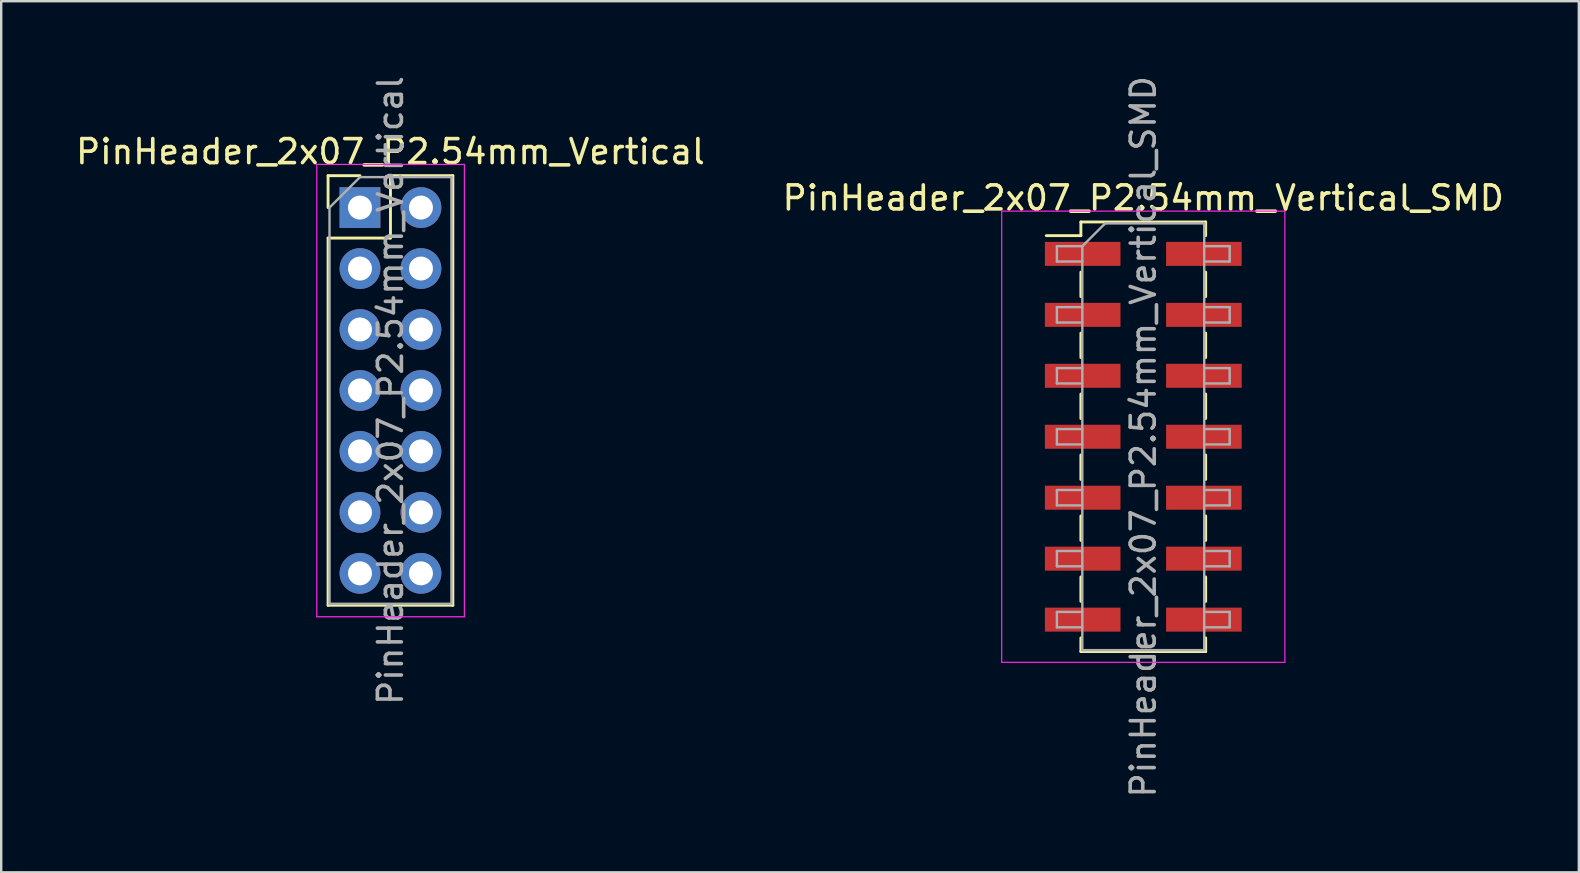
<source format=kicad_pcb>
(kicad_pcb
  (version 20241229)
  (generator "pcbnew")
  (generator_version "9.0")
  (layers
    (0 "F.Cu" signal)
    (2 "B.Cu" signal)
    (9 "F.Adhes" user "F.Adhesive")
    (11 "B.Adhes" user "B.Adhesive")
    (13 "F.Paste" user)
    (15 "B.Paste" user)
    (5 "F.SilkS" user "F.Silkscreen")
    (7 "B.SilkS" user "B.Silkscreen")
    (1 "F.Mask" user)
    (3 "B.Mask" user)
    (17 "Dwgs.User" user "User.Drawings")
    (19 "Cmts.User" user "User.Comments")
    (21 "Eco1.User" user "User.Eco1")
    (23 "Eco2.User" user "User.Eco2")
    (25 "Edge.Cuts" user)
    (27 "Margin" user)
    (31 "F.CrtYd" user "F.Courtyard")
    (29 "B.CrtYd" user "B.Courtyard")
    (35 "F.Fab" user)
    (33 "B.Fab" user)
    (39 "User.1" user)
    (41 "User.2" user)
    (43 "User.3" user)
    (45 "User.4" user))
  (footprint "PinHeader_2x07_P2.54mm_Vertical"
    (layer "F.Cu")
    (at 11.95 5.6)
    (property "Reference" "PinHeader_2x07_P2.54mm_Vertical" (at 1.27 -2.33 0) (layer "F.SilkS") (effects (font (size 1 1) (thickness 0.15))))
    (attr through_hole)
    (fp_line (start -1.33 -1.33) (end 0 -1.33) (stroke (width 0.12) (type solid)) (layer "F.SilkS"))
    (fp_line (start -1.33 0) (end -1.33 -1.33) (stroke (width 0.12) (type solid)) (layer "F.SilkS"))
    (fp_line (start -1.33 1.27) (end -1.33 16.57) (stroke (width 0.12) (type solid)) (layer "F.SilkS"))
    (fp_line (start -1.33 1.27) (end 1.27 1.27) (stroke (width 0.12) (type solid)) (layer "F.SilkS"))
    (fp_line (start -1.33 16.57) (end 3.87 16.57) (stroke (width 0.12) (type solid)) (layer "F.SilkS"))
    (fp_line (start 1.27 -1.33) (end 3.87 -1.33) (stroke (width 0.12) (type solid)) (layer "F.SilkS"))
    (fp_line (start 1.27 1.27) (end 1.27 -1.33) (stroke (width 0.12) (type solid)) (layer "F.SilkS"))
    (fp_line (start 3.87 -1.33) (end 3.87 16.57) (stroke (width 0.12) (type solid)) (layer "F.SilkS"))
    (fp_line (start -1.8 -1.8) (end -1.8 17.05) (stroke (width 0.05) (type solid)) (layer "F.CrtYd"))
    (fp_line (start -1.8 17.05) (end 4.35 17.05) (stroke (width 0.05) (type solid)) (layer "F.CrtYd"))
    (fp_line (start 4.35 -1.8) (end -1.8 -1.8) (stroke (width 0.05) (type solid)) (layer "F.CrtYd"))
    (fp_line (start 4.35 17.05) (end 4.35 -1.8) (stroke (width 0.05) (type solid)) (layer "F.CrtYd"))
    (fp_line (start -1.27 0) (end 0 -1.27) (stroke (width 0.1) (type solid)) (layer "F.Fab"))
    (fp_line (start -1.27 16.51) (end -1.27 0) (stroke (width 0.1) (type solid)) (layer "F.Fab"))
    (fp_line (start 0 -1.27) (end 3.81 -1.27) (stroke (width 0.1) (type solid)) (layer "F.Fab"))
    (fp_line (start 3.81 -1.27) (end 3.81 16.51) (stroke (width 0.1) (type solid)) (layer "F.Fab"))
    (fp_line (start 3.81 16.51) (end -1.27 16.51) (stroke (width 0.1) (type solid)) (layer "F.Fab"))
    (fp_text user "${REFERENCE}" (at 1.27 7.62 90) (layer "F.Fab") (effects (font (size 1 1) (thickness 0.15))))
    (pad "1" thru_hole rect (at 0 0) (size 1.7 1.7) (drill 1) (layers "*.Cu" "*.Mask"))
    (pad "2" thru_hole oval (at 2.54 0) (size 1.7 1.7) (drill 1) (layers "*.Cu" "*.Mask"))
    (pad "3" thru_hole oval (at 0 2.54) (size 1.7 1.7) (drill 1) (layers "*.Cu" "*.Mask"))
    (pad "4" thru_hole oval (at 2.54 2.54) (size 1.7 1.7) (drill 1) (layers "*.Cu" "*.Mask"))
    (pad "5" thru_hole oval (at 0 5.08) (size 1.7 1.7) (drill 1) (layers "*.Cu" "*.Mask"))
    (pad "6" thru_hole oval (at 2.54 5.08) (size 1.7 1.7) (drill 1) (layers "*.Cu" "*.Mask"))
    (pad "7" thru_hole oval (at 0 7.62) (size 1.7 1.7) (drill 1) (layers "*.Cu" "*.Mask"))
    (pad "8" thru_hole oval (at 2.54 7.62) (size 1.7 1.7) (drill 1) (layers "*.Cu" "*.Mask"))
    (pad "9" thru_hole oval (at 0 10.16) (size 1.7 1.7) (drill 1) (layers "*.Cu" "*.Mask"))
    (pad "10" thru_hole oval (at 2.54 10.16) (size 1.7 1.7) (drill 1) (layers "*.Cu" "*.Mask"))
    (pad "11" thru_hole oval (at 0 12.7) (size 1.7 1.7) (drill 1) (layers "*.Cu" "*.Mask"))
    (pad "12" thru_hole oval (at 2.54 12.7) (size 1.7 1.7) (drill 1) (layers "*.Cu" "*.Mask"))
    (pad "13" thru_hole oval (at 0 15.24) (size 1.7 1.7) (drill 1) (layers "*.Cu" "*.Mask"))
    (pad "14" thru_hole oval (at 2.54 15.24) (size 1.7 1.7) (drill 1) (layers "*.Cu" "*.Mask")))
  (footprint "PinHeader_2x07_P2.54mm_Vertical_SMD"
    (layer "F.Cu")
    (at 44.589 15.149)
    (property "Reference" "PinHeader_2x07_P2.54mm_Vertical_SMD" (at 0 -9.95 0) (layer "F.SilkS") (effects (font (size 1 1) (thickness 0.15))))
    (attr smd)
    (fp_line (start -4.04 -8.38) (end -2.6 -8.38) (stroke (width 0.12) (type solid)) (layer "F.SilkS"))
    (fp_line (start -2.6 -8.95) (end -2.6 -8.38) (stroke (width 0.12) (type solid)) (layer "F.SilkS"))
    (fp_line (start -2.6 -8.95) (end 2.6 -8.95) (stroke (width 0.12) (type solid)) (layer "F.SilkS"))
    (fp_line (start -2.6 -6.86) (end -2.6 -5.84) (stroke (width 0.12) (type solid)) (layer "F.SilkS"))
    (fp_line (start -2.6 -4.32) (end -2.6 -3.3) (stroke (width 0.12) (type solid)) (layer "F.SilkS"))
    (fp_line (start -2.6 -1.78) (end -2.6 -0.76) (stroke (width 0.12) (type solid)) (layer "F.SilkS"))
    (fp_line (start -2.6 0.76) (end -2.6 1.78) (stroke (width 0.12) (type solid)) (layer "F.SilkS"))
    (fp_line (start -2.6 3.3) (end -2.6 4.32) (stroke (width 0.12) (type solid)) (layer "F.SilkS"))
    (fp_line (start -2.6 5.84) (end -2.6 6.86) (stroke (width 0.12) (type solid)) (layer "F.SilkS"))
    (fp_line (start -2.6 8.38) (end -2.6 8.95) (stroke (width 0.12) (type solid)) (layer "F.SilkS"))
    (fp_line (start -2.6 8.95) (end 2.6 8.95) (stroke (width 0.12) (type solid)) (layer "F.SilkS"))
    (fp_line (start 2.6 -8.95) (end 2.6 -8.38) (stroke (width 0.12) (type solid)) (layer "F.SilkS"))
    (fp_line (start 2.6 -6.86) (end 2.6 -5.84) (stroke (width 0.12) (type solid)) (layer "F.SilkS"))
    (fp_line (start 2.6 -4.32) (end 2.6 -3.3) (stroke (width 0.12) (type solid)) (layer "F.SilkS"))
    (fp_line (start 2.6 -1.78) (end 2.6 -0.76) (stroke (width 0.12) (type solid)) (layer "F.SilkS"))
    (fp_line (start 2.6 0.76) (end 2.6 1.78) (stroke (width 0.12) (type solid)) (layer "F.SilkS"))
    (fp_line (start 2.6 3.3) (end 2.6 4.32) (stroke (width 0.12) (type solid)) (layer "F.SilkS"))
    (fp_line (start 2.6 5.84) (end 2.6 6.86) (stroke (width 0.12) (type solid)) (layer "F.SilkS"))
    (fp_line (start 2.6 8.38) (end 2.6 8.95) (stroke (width 0.12) (type solid)) (layer "F.SilkS"))
    (fp_line (start -5.9 -9.4) (end -5.9 9.4) (stroke (width 0.05) (type solid)) (layer "F.CrtYd"))
    (fp_line (start -5.9 9.4) (end 5.9 9.4) (stroke (width 0.05) (type solid)) (layer "F.CrtYd"))
    (fp_line (start 5.9 -9.4) (end -5.9 -9.4) (stroke (width 0.05) (type solid)) (layer "F.CrtYd"))
    (fp_line (start 5.9 9.4) (end 5.9 -9.4) (stroke (width 0.05) (type solid)) (layer "F.CrtYd"))
    (fp_line (start -3.6 -7.94) (end -3.6 -7.3) (stroke (width 0.1) (type solid)) (layer "F.Fab"))
    (fp_line (start -3.6 -7.3) (end -2.54 -7.3) (stroke (width 0.1) (type solid)) (layer "F.Fab"))
    (fp_line (start -3.6 -5.4) (end -3.6 -4.76) (stroke (width 0.1) (type solid)) (layer "F.Fab"))
    (fp_line (start -3.6 -4.76) (end -2.54 -4.76) (stroke (width 0.1) (type solid)) (layer "F.Fab"))
    (fp_line (start -3.6 -2.86) (end -3.6 -2.22) (stroke (width 0.1) (type solid)) (layer "F.Fab"))
    (fp_line (start -3.6 -2.22) (end -2.54 -2.22) (stroke (width 0.1) (type solid)) (layer "F.Fab"))
    (fp_line (start -3.6 -0.32) (end -3.6 0.32) (stroke (width 0.1) (type solid)) (layer "F.Fab"))
    (fp_line (start -3.6 0.32) (end -2.54 0.32) (stroke (width 0.1) (type solid)) (layer "F.Fab"))
    (fp_line (start -3.6 2.22) (end -3.6 2.86) (stroke (width 0.1) (type solid)) (layer "F.Fab"))
    (fp_line (start -3.6 2.86) (end -2.54 2.86) (stroke (width 0.1) (type solid)) (layer "F.Fab"))
    (fp_line (start -3.6 4.76) (end -3.6 5.4) (stroke (width 0.1) (type solid)) (layer "F.Fab"))
    (fp_line (start -3.6 5.4) (end -2.54 5.4) (stroke (width 0.1) (type solid)) (layer "F.Fab"))
    (fp_line (start -3.6 7.3) (end -3.6 7.94) (stroke (width 0.1) (type solid)) (layer "F.Fab"))
    (fp_line (start -3.6 7.94) (end -2.54 7.94) (stroke (width 0.1) (type solid)) (layer "F.Fab"))
    (fp_line (start -2.54 -7.94) (end -3.6 -7.94) (stroke (width 0.1) (type solid)) (layer "F.Fab"))
    (fp_line (start -2.54 -7.94) (end -1.59 -8.89) (stroke (width 0.1) (type solid)) (layer "F.Fab"))
    (fp_line (start -2.54 -5.4) (end -3.6 -5.4) (stroke (width 0.1) (type solid)) (layer "F.Fab"))
    (fp_line (start -2.54 -2.86) (end -3.6 -2.86) (stroke (width 0.1) (type solid)) (layer "F.Fab"))
    (fp_line (start -2.54 -0.32) (end -3.6 -0.32) (stroke (width 0.1) (type solid)) (layer "F.Fab"))
    (fp_line (start -2.54 2.22) (end -3.6 2.22) (stroke (width 0.1) (type solid)) (layer "F.Fab"))
    (fp_line (start -2.54 4.76) (end -3.6 4.76) (stroke (width 0.1) (type solid)) (layer "F.Fab"))
    (fp_line (start -2.54 7.3) (end -3.6 7.3) (stroke (width 0.1) (type solid)) (layer "F.Fab"))
    (fp_line (start -2.54 8.89) (end -2.54 -7.94) (stroke (width 0.1) (type solid)) (layer "F.Fab"))
    (fp_line (start -1.59 -8.89) (end 2.54 -8.89) (stroke (width 0.1) (type solid)) (layer "F.Fab"))
    (fp_line (start 2.54 -8.89) (end 2.54 8.89) (stroke (width 0.1) (type solid)) (layer "F.Fab"))
    (fp_line (start 2.54 -7.94) (end 3.6 -7.94) (stroke (width 0.1) (type solid)) (layer "F.Fab"))
    (fp_line (start 2.54 -5.4) (end 3.6 -5.4) (stroke (width 0.1) (type solid)) (layer "F.Fab"))
    (fp_line (start 2.54 -2.86) (end 3.6 -2.86) (stroke (width 0.1) (type solid)) (layer "F.Fab"))
    (fp_line (start 2.54 -0.32) (end 3.6 -0.32) (stroke (width 0.1) (type solid)) (layer "F.Fab"))
    (fp_line (start 2.54 2.22) (end 3.6 2.22) (stroke (width 0.1) (type solid)) (layer "F.Fab"))
    (fp_line (start 2.54 4.76) (end 3.6 4.76) (stroke (width 0.1) (type solid)) (layer "F.Fab"))
    (fp_line (start 2.54 7.3) (end 3.6 7.3) (stroke (width 0.1) (type solid)) (layer "F.Fab"))
    (fp_line (start 2.54 8.89) (end -2.54 8.89) (stroke (width 0.1) (type solid)) (layer "F.Fab"))
    (fp_line (start 3.6 -7.94) (end 3.6 -7.3) (stroke (width 0.1) (type solid)) (layer "F.Fab"))
    (fp_line (start 3.6 -7.3) (end 2.54 -7.3) (stroke (width 0.1) (type solid)) (layer "F.Fab"))
    (fp_line (start 3.6 -5.4) (end 3.6 -4.76) (stroke (width 0.1) (type solid)) (layer "F.Fab"))
    (fp_line (start 3.6 -4.76) (end 2.54 -4.76) (stroke (width 0.1) (type solid)) (layer "F.Fab"))
    (fp_line (start 3.6 -2.86) (end 3.6 -2.22) (stroke (width 0.1) (type solid)) (layer "F.Fab"))
    (fp_line (start 3.6 -2.22) (end 2.54 -2.22) (stroke (width 0.1) (type solid)) (layer "F.Fab"))
    (fp_line (start 3.6 -0.32) (end 3.6 0.32) (stroke (width 0.1) (type solid)) (layer "F.Fab"))
    (fp_line (start 3.6 0.32) (end 2.54 0.32) (stroke (width 0.1) (type solid)) (layer "F.Fab"))
    (fp_line (start 3.6 2.22) (end 3.6 2.86) (stroke (width 0.1) (type solid)) (layer "F.Fab"))
    (fp_line (start 3.6 2.86) (end 2.54 2.86) (stroke (width 0.1) (type solid)) (layer "F.Fab"))
    (fp_line (start 3.6 4.76) (end 3.6 5.4) (stroke (width 0.1) (type solid)) (layer "F.Fab"))
    (fp_line (start 3.6 5.4) (end 2.54 5.4) (stroke (width 0.1) (type solid)) (layer "F.Fab"))
    (fp_line (start 3.6 7.3) (end 3.6 7.94) (stroke (width 0.1) (type solid)) (layer "F.Fab"))
    (fp_line (start 3.6 7.94) (end 2.54 7.94) (stroke (width 0.1) (type solid)) (layer "F.Fab"))
    (fp_text user "${REFERENCE}" (at 0 0 90) (layer "F.Fab") (effects (font (size 1 1) (thickness 0.15))))
    (pad "1" smd rect (at -2.525 -7.62) (size 3.15 1) (layers "F.Cu" "F.Mask" "F.Paste"))
    (pad "2" smd rect (at 2.525 -7.62) (size 3.15 1) (layers "F.Cu" "F.Mask" "F.Paste"))
    (pad "3" smd rect (at -2.525 -5.08) (size 3.15 1) (layers "F.Cu" "F.Mask" "F.Paste"))
    (pad "4" smd rect (at 2.525 -5.08) (size 3.15 1) (layers "F.Cu" "F.Mask" "F.Paste"))
    (pad "5" smd rect (at -2.525 -2.54) (size 3.15 1) (layers "F.Cu" "F.Mask" "F.Paste"))
    (pad "6" smd rect (at 2.525 -2.54) (size 3.15 1) (layers "F.Cu" "F.Mask" "F.Paste"))
    (pad "7" smd rect (at -2.525 0) (size 3.15 1) (layers "F.Cu" "F.Mask" "F.Paste"))
    (pad "8" smd rect (at 2.525 0) (size 3.15 1) (layers "F.Cu" "F.Mask" "F.Paste"))
    (pad "9" smd rect (at -2.525 2.54) (size 3.15 1) (layers "F.Cu" "F.Mask" "F.Paste"))
    (pad "10" smd rect (at 2.525 2.54) (size 3.15 1) (layers "F.Cu" "F.Mask" "F.Paste"))
    (pad "11" smd rect (at -2.525 5.08) (size 3.15 1) (layers "F.Cu" "F.Mask" "F.Paste"))
    (pad "12" smd rect (at 2.525 5.08) (size 3.15 1) (layers "F.Cu" "F.Mask" "F.Paste"))
    (pad "13" smd rect (at -2.525 7.62) (size 3.15 1) (layers "F.Cu" "F.Mask" "F.Paste"))
    (pad "14" smd rect (at 2.525 7.62) (size 3.15 1) (layers "F.Cu" "F.Mask" "F.Paste")))
  (gr_rect
    (start -3 -3)
    (end 62.738 33.298)
    (stroke (width 0.1) (type default))
    (fill no)
    (layer "Edge.Cuts")))
</source>
